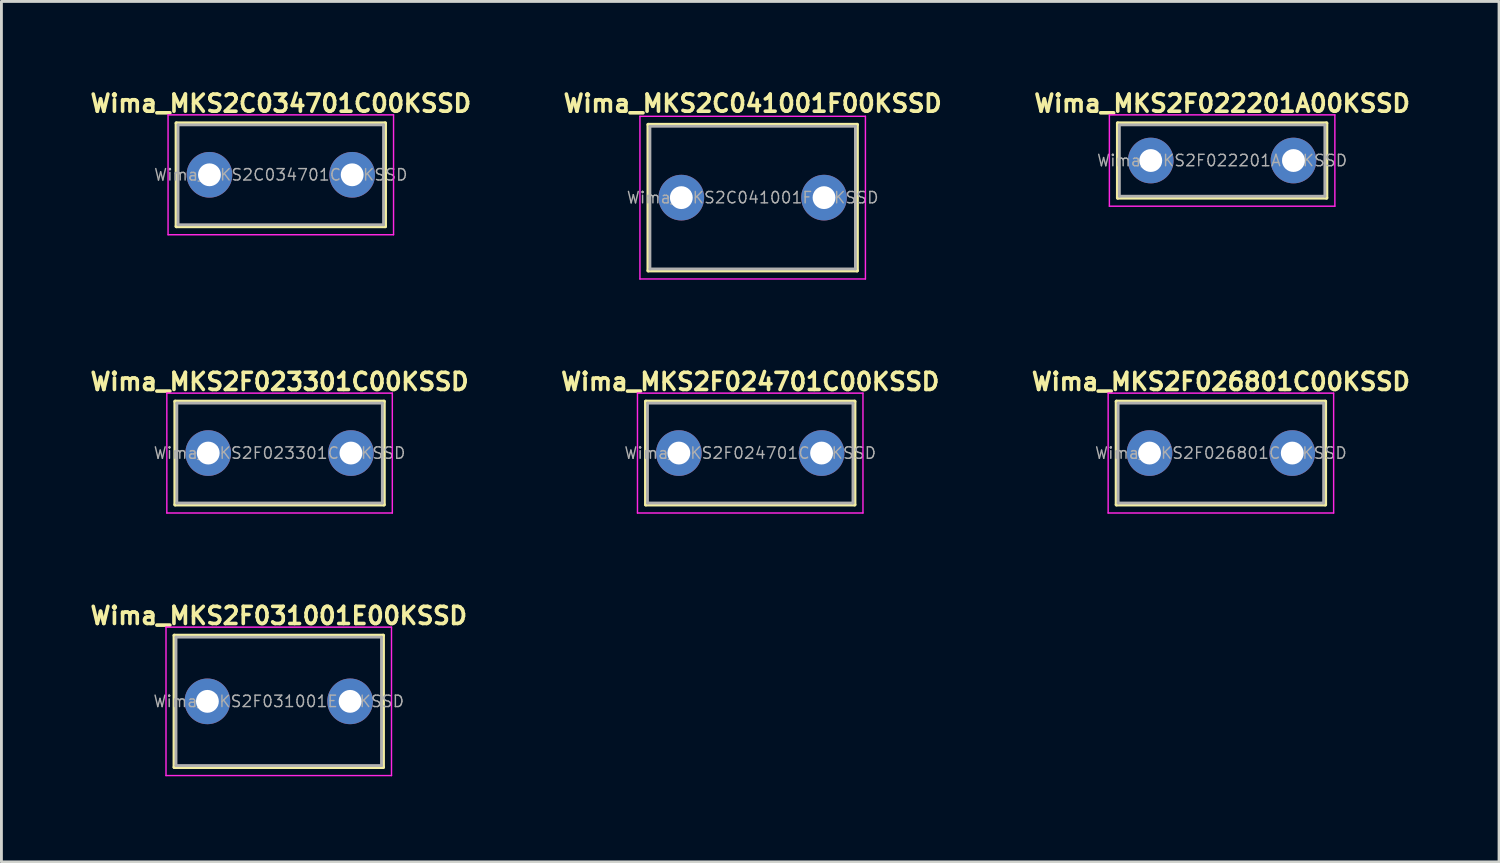
<source format=kicad_pcb>
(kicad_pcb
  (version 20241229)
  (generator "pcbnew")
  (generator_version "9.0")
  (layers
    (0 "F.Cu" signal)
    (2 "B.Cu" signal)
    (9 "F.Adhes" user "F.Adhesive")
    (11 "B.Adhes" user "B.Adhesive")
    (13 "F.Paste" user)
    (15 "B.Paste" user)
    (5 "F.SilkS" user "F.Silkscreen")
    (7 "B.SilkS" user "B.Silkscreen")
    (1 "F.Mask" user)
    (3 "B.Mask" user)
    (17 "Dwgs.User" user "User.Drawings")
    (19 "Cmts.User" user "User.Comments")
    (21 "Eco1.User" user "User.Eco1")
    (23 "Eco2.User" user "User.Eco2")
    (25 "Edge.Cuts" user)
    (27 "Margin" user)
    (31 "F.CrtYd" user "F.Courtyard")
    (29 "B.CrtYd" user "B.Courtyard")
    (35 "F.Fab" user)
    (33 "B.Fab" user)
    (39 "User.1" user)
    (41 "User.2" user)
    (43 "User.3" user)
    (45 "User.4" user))
  (footprint "Wima_MKS2F026801C00KSSD"
    (layer "F.Cu")
    (at 39.724 12.823)
    (property "Reference" "Wima_MKS2F026801C00KSSD" (at 0 -2.5 0) (layer "F.SilkS") (effects (font (size 0.6 0.6) (thickness 0.127))))
    (attr through_hole)
    (fp_line (start -3.66 -1.81) (end -3.66 1.81) (stroke (width 0.12) (type solid)) (layer "F.SilkS"))
    (fp_line (start -3.66 -1.81) (end 3.66 -1.81) (stroke (width 0.12) (type solid)) (layer "F.SilkS"))
    (fp_line (start -3.66 1.81) (end 3.66 1.81) (stroke (width 0.12) (type solid)) (layer "F.SilkS"))
    (fp_line (start 3.66 -1.81) (end 3.66 1.81) (stroke (width 0.12) (type solid)) (layer "F.SilkS"))
    (fp_line (start -3.95 -2.1) (end -3.95 2.1) (stroke (width 0.05) (type solid)) (layer "F.CrtYd"))
    (fp_line (start -3.95 2.1) (end 3.95 2.1) (stroke (width 0.05) (type solid)) (layer "F.CrtYd"))
    (fp_line (start 3.95 -2.1) (end -3.95 -2.1) (stroke (width 0.05) (type solid)) (layer "F.CrtYd"))
    (fp_line (start 3.95 2.1) (end 3.95 -2.1) (stroke (width 0.05) (type solid)) (layer "F.CrtYd"))
    (fp_line (start -3.6 -1.75) (end -3.6 1.75) (stroke (width 0.1) (type solid)) (layer "F.Fab"))
    (fp_line (start -3.6 1.75) (end 3.6 1.75) (stroke (width 0.1) (type solid)) (layer "F.Fab"))
    (fp_line (start 3.6 -1.75) (end -3.6 -1.75) (stroke (width 0.1) (type solid)) (layer "F.Fab"))
    (fp_line (start 3.6 1.75) (end 3.6 -1.75) (stroke (width 0.1) (type solid)) (layer "F.Fab"))
    (fp_text user "${REFERENCE}" (at 0 0 0) (layer "F.Fab") (effects (font (size 0.4 0.4) (thickness 0.05))))
    (pad "1" thru_hole circle (at -2.5 0) (size 1.6 1.6) (drill 0.8) (layers "*.Cu" "*.Mask"))
    (pad "2" thru_hole circle (at 2.5 0) (size 1.6 1.6) (drill 0.8) (layers "*.Cu" "*.Mask")))
  (footprint "Wima_MKS2F024701C00KSSD"
    (layer "F.Cu")
    (at 23.234 12.823)
    (property "Reference" "Wima_MKS2F024701C00KSSD" (at 0 -2.5 0) (layer "F.SilkS") (effects (font (size 0.6 0.6) (thickness 0.127))))
    (attr through_hole)
    (fp_line (start -3.66 -1.81) (end -3.66 1.81) (stroke (width 0.12) (type solid)) (layer "F.SilkS"))
    (fp_line (start -3.66 -1.81) (end 3.66 -1.81) (stroke (width 0.12) (type solid)) (layer "F.SilkS"))
    (fp_line (start -3.66 1.81) (end 3.66 1.81) (stroke (width 0.12) (type solid)) (layer "F.SilkS"))
    (fp_line (start 3.66 -1.81) (end 3.66 1.81) (stroke (width 0.12) (type solid)) (layer "F.SilkS"))
    (fp_line (start -3.95 -2.1) (end -3.95 2.1) (stroke (width 0.05) (type solid)) (layer "F.CrtYd"))
    (fp_line (start -3.95 2.1) (end 3.95 2.1) (stroke (width 0.05) (type solid)) (layer "F.CrtYd"))
    (fp_line (start 3.95 -2.1) (end -3.95 -2.1) (stroke (width 0.05) (type solid)) (layer "F.CrtYd"))
    (fp_line (start 3.95 2.1) (end 3.95 -2.1) (stroke (width 0.05) (type solid)) (layer "F.CrtYd"))
    (fp_line (start -3.6 -1.75) (end -3.6 1.75) (stroke (width 0.1) (type solid)) (layer "F.Fab"))
    (fp_line (start -3.6 1.75) (end 3.6 1.75) (stroke (width 0.1) (type solid)) (layer "F.Fab"))
    (fp_line (start 3.6 -1.75) (end -3.6 -1.75) (stroke (width 0.1) (type solid)) (layer "F.Fab"))
    (fp_line (start 3.6 1.75) (end 3.6 -1.75) (stroke (width 0.1) (type solid)) (layer "F.Fab"))
    (fp_text user "${REFERENCE}" (at 0 0 0) (layer "F.Fab") (effects (font (size 0.4 0.4) (thickness 0.05))))
    (pad "1" thru_hole circle (at -2.5 0) (size 1.6 1.6) (drill 0.8) (layers "*.Cu" "*.Mask"))
    (pad "2" thru_hole circle (at 2.5 0) (size 1.6 1.6) (drill 0.8) (layers "*.Cu" "*.Mask")))
  (footprint "Wima_MKS2F031001E00KSSD"
    (layer "F.Cu")
    (at 6.716 21.522)
    (property "Reference" "Wima_MKS2F031001E00KSSD" (at 0 -3 0) (layer "F.SilkS") (effects (font (size 0.6 0.6) (thickness 0.127))))
    (attr through_hole)
    (fp_line (start -3.66 -2.31) (end -3.66 2.31) (stroke (width 0.12) (type solid)) (layer "F.SilkS"))
    (fp_line (start -3.66 -2.31) (end 3.66 -2.31) (stroke (width 0.12) (type solid)) (layer "F.SilkS"))
    (fp_line (start -3.66 2.31) (end 3.66 2.31) (stroke (width 0.12) (type solid)) (layer "F.SilkS"))
    (fp_line (start 3.66 -2.31) (end 3.66 2.31) (stroke (width 0.12) (type solid)) (layer "F.SilkS"))
    (fp_line (start -3.95 -2.6) (end -3.95 2.6) (stroke (width 0.05) (type solid)) (layer "F.CrtYd"))
    (fp_line (start -3.95 2.6) (end 3.95 2.6) (stroke (width 0.05) (type solid)) (layer "F.CrtYd"))
    (fp_line (start 3.95 -2.6) (end -3.95 -2.6) (stroke (width 0.05) (type solid)) (layer "F.CrtYd"))
    (fp_line (start 3.95 2.6) (end 3.95 -2.6) (stroke (width 0.05) (type solid)) (layer "F.CrtYd"))
    (fp_line (start -3.6 -2.25) (end -3.6 2.25) (stroke (width 0.1) (type solid)) (layer "F.Fab"))
    (fp_line (start -3.6 2.25) (end 3.6 2.25) (stroke (width 0.1) (type solid)) (layer "F.Fab"))
    (fp_line (start 3.6 -2.25) (end -3.6 -2.25) (stroke (width 0.1) (type solid)) (layer "F.Fab"))
    (fp_line (start 3.6 2.25) (end 3.6 -2.25) (stroke (width 0.1) (type solid)) (layer "F.Fab"))
    (fp_text user "${REFERENCE}" (at 0 0 0) (layer "F.Fab") (effects (font (size 0.4 0.4) (thickness 0.05))))
    (pad "1" thru_hole circle (at -2.5 0) (size 1.6 1.6) (drill 0.8) (layers "*.Cu" "*.Mask"))
    (pad "2" thru_hole circle (at 2.5 0) (size 1.6 1.6) (drill 0.8) (layers "*.Cu" "*.Mask")))
  (footprint "Wima_MKS2F022201A00KSSD"
    (layer "F.Cu")
    (at 39.767 2.574)
    (property "Reference" "Wima_MKS2F022201A00KSSD" (at 0 -2 0) (layer "F.SilkS") (effects (font (size 0.6 0.6) (thickness 0.127))))
    (attr through_hole)
    (fp_line (start -3.66 -1.31) (end -3.66 1.31) (stroke (width 0.12) (type solid)) (layer "F.SilkS"))
    (fp_line (start -3.66 -1.31) (end 3.66 -1.31) (stroke (width 0.12) (type solid)) (layer "F.SilkS"))
    (fp_line (start -3.66 1.31) (end 3.66 1.31) (stroke (width 0.12) (type solid)) (layer "F.SilkS"))
    (fp_line (start 3.66 -1.31) (end 3.66 1.31) (stroke (width 0.12) (type solid)) (layer "F.SilkS"))
    (fp_line (start -3.95 -1.6) (end -3.95 1.6) (stroke (width 0.05) (type solid)) (layer "F.CrtYd"))
    (fp_line (start -3.95 1.6) (end 3.95 1.6) (stroke (width 0.05) (type solid)) (layer "F.CrtYd"))
    (fp_line (start 3.95 -1.6) (end -3.95 -1.6) (stroke (width 0.05) (type solid)) (layer "F.CrtYd"))
    (fp_line (start 3.95 1.6) (end 3.95 -1.6) (stroke (width 0.05) (type solid)) (layer "F.CrtYd"))
    (fp_line (start -3.6 -1.25) (end -3.6 1.25) (stroke (width 0.1) (type solid)) (layer "F.Fab"))
    (fp_line (start -3.6 1.25) (end 3.6 1.25) (stroke (width 0.1) (type solid)) (layer "F.Fab"))
    (fp_line (start 3.6 -1.25) (end -3.6 -1.25) (stroke (width 0.1) (type solid)) (layer "F.Fab"))
    (fp_line (start 3.6 1.25) (end 3.6 -1.25) (stroke (width 0.1) (type solid)) (layer "F.Fab"))
    (fp_text user "${REFERENCE}" (at 0 0 0) (layer "F.Fab") (effects (font (size 0.4 0.4) (thickness 0.05))))
    (pad "1" thru_hole circle (at -2.5 0) (size 1.6 1.6) (drill 0.8) (layers "*.Cu" "*.Mask"))
    (pad "2" thru_hole circle (at 2.5 0) (size 1.6 1.6) (drill 0.8) (layers "*.Cu" "*.Mask")))
  (footprint "Wima_MKS2C034701C00KSSD"
    (layer "F.Cu")
    (at 6.788 3.074)
    (property "Reference" "Wima_MKS2C034701C00KSSD" (at 0 -2.5 0) (layer "F.SilkS") (effects (font (size 0.6 0.6) (thickness 0.127))))
    (attr through_hole)
    (fp_line (start -3.66 -1.81) (end -3.66 1.81) (stroke (width 0.12) (type solid)) (layer "F.SilkS"))
    (fp_line (start -3.66 -1.81) (end 3.66 -1.81) (stroke (width 0.12) (type solid)) (layer "F.SilkS"))
    (fp_line (start -3.66 1.81) (end 3.66 1.81) (stroke (width 0.12) (type solid)) (layer "F.SilkS"))
    (fp_line (start 3.66 -1.81) (end 3.66 1.81) (stroke (width 0.12) (type solid)) (layer "F.SilkS"))
    (fp_line (start -3.95 -2.1) (end -3.95 2.1) (stroke (width 0.05) (type solid)) (layer "F.CrtYd"))
    (fp_line (start -3.95 2.1) (end 3.95 2.1) (stroke (width 0.05) (type solid)) (layer "F.CrtYd"))
    (fp_line (start 3.95 -2.1) (end -3.95 -2.1) (stroke (width 0.05) (type solid)) (layer "F.CrtYd"))
    (fp_line (start 3.95 2.1) (end 3.95 -2.1) (stroke (width 0.05) (type solid)) (layer "F.CrtYd"))
    (fp_line (start -3.6 -1.75) (end -3.6 1.75) (stroke (width 0.1) (type solid)) (layer "F.Fab"))
    (fp_line (start -3.6 1.75) (end 3.6 1.75) (stroke (width 0.1) (type solid)) (layer "F.Fab"))
    (fp_line (start 3.6 -1.75) (end -3.6 -1.75) (stroke (width 0.1) (type solid)) (layer "F.Fab"))
    (fp_line (start 3.6 1.75) (end 3.6 -1.75) (stroke (width 0.1) (type solid)) (layer "F.Fab"))
    (fp_text user "${REFERENCE}" (at 0 0 0) (layer "F.Fab") (effects (font (size 0.4 0.4) (thickness 0.05))))
    (pad "1" thru_hole circle (at -2.5 0) (size 1.6 1.6) (drill 0.8) (layers "*.Cu" "*.Mask"))
    (pad "2" thru_hole circle (at 2.5 0) (size 1.6 1.6) (drill 0.8) (layers "*.Cu" "*.Mask")))
  (footprint "Wima_MKS2F023301C00KSSD"
    (layer "F.Cu")
    (at 6.745 12.823)
    (property "Reference" "Wima_MKS2F023301C00KSSD" (at 0 -2.5 0) (layer "F.SilkS") (effects (font (size 0.6 0.6) (thickness 0.127))))
    (attr through_hole)
    (fp_line (start -3.66 -1.81) (end -3.66 1.81) (stroke (width 0.12) (type solid)) (layer "F.SilkS"))
    (fp_line (start -3.66 -1.81) (end 3.66 -1.81) (stroke (width 0.12) (type solid)) (layer "F.SilkS"))
    (fp_line (start -3.66 1.81) (end 3.66 1.81) (stroke (width 0.12) (type solid)) (layer "F.SilkS"))
    (fp_line (start 3.66 -1.81) (end 3.66 1.81) (stroke (width 0.12) (type solid)) (layer "F.SilkS"))
    (fp_line (start -3.95 -2.1) (end -3.95 2.1) (stroke (width 0.05) (type solid)) (layer "F.CrtYd"))
    (fp_line (start -3.95 2.1) (end 3.95 2.1) (stroke (width 0.05) (type solid)) (layer "F.CrtYd"))
    (fp_line (start 3.95 -2.1) (end -3.95 -2.1) (stroke (width 0.05) (type solid)) (layer "F.CrtYd"))
    (fp_line (start 3.95 2.1) (end 3.95 -2.1) (stroke (width 0.05) (type solid)) (layer "F.CrtYd"))
    (fp_line (start -3.6 -1.75) (end -3.6 1.75) (stroke (width 0.1) (type solid)) (layer "F.Fab"))
    (fp_line (start -3.6 1.75) (end 3.6 1.75) (stroke (width 0.1) (type solid)) (layer "F.Fab"))
    (fp_line (start 3.6 -1.75) (end -3.6 -1.75) (stroke (width 0.1) (type solid)) (layer "F.Fab"))
    (fp_line (start 3.6 1.75) (end 3.6 -1.75) (stroke (width 0.1) (type solid)) (layer "F.Fab"))
    (fp_text user "${REFERENCE}" (at 0 0 0) (layer "F.Fab") (effects (font (size 0.4 0.4) (thickness 0.05))))
    (pad "1" thru_hole circle (at -2.5 0) (size 1.6 1.6) (drill 0.8) (layers "*.Cu" "*.Mask"))
    (pad "2" thru_hole circle (at 2.5 0) (size 1.6 1.6) (drill 0.8) (layers "*.Cu" "*.Mask")))
  (footprint "Wima_MKS2C041001F00KSSD"
    (layer "F.Cu")
    (at 23.32 3.874)
    (property "Reference" "Wima_MKS2C041001F00KSSD" (at 0 -3.3 0) (layer "F.SilkS") (effects (font (size 0.6 0.6) (thickness 0.127))))
    (attr through_hole)
    (fp_line (start -3.66 -2.56) (end -3.66 2.56) (stroke (width 0.12) (type solid)) (layer "F.SilkS"))
    (fp_line (start -3.66 -2.56) (end 3.66 -2.56) (stroke (width 0.12) (type solid)) (layer "F.SilkS"))
    (fp_line (start -3.66 2.56) (end 3.66 2.56) (stroke (width 0.12) (type solid)) (layer "F.SilkS"))
    (fp_line (start 3.66 -2.56) (end 3.66 2.56) (stroke (width 0.12) (type solid)) (layer "F.SilkS"))
    (fp_line (start -3.95 -2.85) (end -3.95 2.85) (stroke (width 0.05) (type solid)) (layer "F.CrtYd"))
    (fp_line (start -3.95 2.85) (end 3.95 2.85) (stroke (width 0.05) (type solid)) (layer "F.CrtYd"))
    (fp_line (start 3.95 -2.85) (end -3.95 -2.85) (stroke (width 0.05) (type solid)) (layer "F.CrtYd"))
    (fp_line (start 3.95 2.85) (end 3.95 -2.85) (stroke (width 0.05) (type solid)) (layer "F.CrtYd"))
    (fp_line (start -3.6 -2.5) (end -3.6 2.5) (stroke (width 0.1) (type solid)) (layer "F.Fab"))
    (fp_line (start -3.6 2.5) (end 3.6 2.5) (stroke (width 0.1) (type solid)) (layer "F.Fab"))
    (fp_line (start 3.6 -2.5) (end -3.6 -2.5) (stroke (width 0.1) (type solid)) (layer "F.Fab"))
    (fp_line (start 3.6 2.5) (end 3.6 -2.5) (stroke (width 0.1) (type solid)) (layer "F.Fab"))
    (fp_text user "${REFERENCE}" (at 0 0 0) (layer "F.Fab") (effects (font (size 0.4 0.4) (thickness 0.05))))
    (pad "1" thru_hole circle (at -2.5 0) (size 1.6 1.6) (drill 0.8) (layers "*.Cu" "*.Mask"))
    (pad "2" thru_hole circle (at 2.5 0) (size 1.6 1.6) (drill 0.8) (layers "*.Cu" "*.Mask")))
  (gr_rect
    (start -3 -3)
    (end 49.469 27.147)
    (stroke (width 0.1) (type default))
    (fill no)
    (layer "Edge.Cuts")))
</source>
